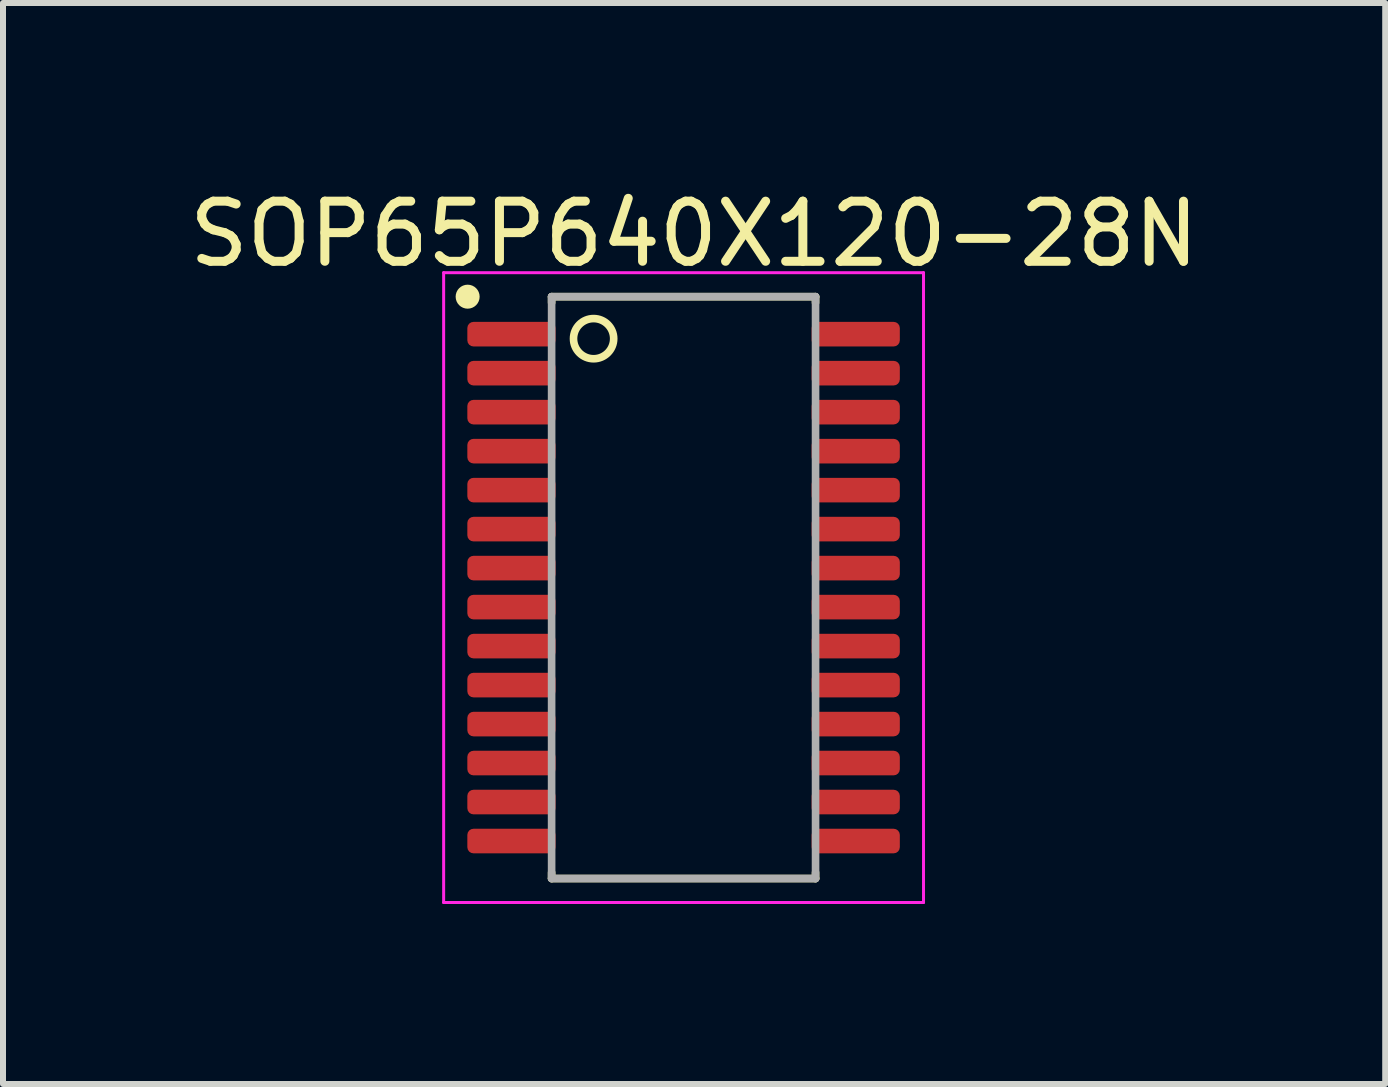
<source format=kicad_pcb>
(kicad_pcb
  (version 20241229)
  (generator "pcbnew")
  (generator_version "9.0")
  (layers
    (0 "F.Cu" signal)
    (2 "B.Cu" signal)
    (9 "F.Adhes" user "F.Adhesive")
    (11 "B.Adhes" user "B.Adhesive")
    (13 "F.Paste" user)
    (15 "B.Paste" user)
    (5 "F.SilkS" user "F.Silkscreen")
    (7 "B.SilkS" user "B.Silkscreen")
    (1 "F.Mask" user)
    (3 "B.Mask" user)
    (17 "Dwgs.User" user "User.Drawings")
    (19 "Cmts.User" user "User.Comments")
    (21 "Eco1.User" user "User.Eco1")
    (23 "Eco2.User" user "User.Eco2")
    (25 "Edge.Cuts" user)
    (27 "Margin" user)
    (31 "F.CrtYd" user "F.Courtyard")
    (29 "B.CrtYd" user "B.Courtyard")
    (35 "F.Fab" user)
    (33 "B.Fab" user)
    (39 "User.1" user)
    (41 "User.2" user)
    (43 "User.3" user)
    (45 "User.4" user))
  (footprint "SOP65P640X120-28N"
    (layer "F.Cu")
    (at 8.346 6.746)
    (property "Reference" "SOP65P640X120-28N" (at 0.175 -5.896 0) (layer "F.SilkS") (effects (font (size 1.002 1.002) (thickness 0.15))))
    (attr smd)
    (fp_line (start -2.2 -4.85) (end 2.2 -4.85) (stroke (width 0.127) (type solid)) (layer "F.SilkS"))
    (fp_line (start -2.2 -4.75) (end -2.2 -4.85) (stroke (width 0.127) (type solid)) (layer "F.SilkS"))
    (fp_line (start -2.2 4.75) (end -2.2 4.85) (stroke (width 0.127) (type solid)) (layer "F.SilkS"))
    (fp_line (start -2.2 4.85) (end 2.2 4.85) (stroke (width 0.127) (type solid)) (layer "F.SilkS"))
    (fp_line (start 2.2 -4.85) (end 2.2 -4.75) (stroke (width 0.127) (type solid)) (layer "F.SilkS"))
    (fp_line (start 2.2 4.85) (end 2.2 4.75) (stroke (width 0.127) (type solid)) (layer "F.SilkS"))
    (fp_circle (center -3.6 -4.85) (end -3.5 -4.85) (stroke (width 0.2) (type solid)) (fill no) (layer "F.SilkS"))
    (fp_circle (center -1.5 -4.15) (end -1.165 -4.15) (stroke (width 0.127) (type solid)) (fill no) (layer "F.SilkS"))
    (fp_line (start -4 -5.25) (end 4 -5.25) (stroke (width 0.05) (type solid)) (layer "F.CrtYd"))
    (fp_line (start -4 5.25) (end -4 -5.25) (stroke (width 0.05) (type solid)) (layer "F.CrtYd"))
    (fp_line (start 4 -5.25) (end 4 5.25) (stroke (width 0.05) (type solid)) (layer "F.CrtYd"))
    (fp_line (start 4 5.25) (end -4 5.25) (stroke (width 0.05) (type solid)) (layer "F.CrtYd"))
    (fp_line (start -2.2 -4.85) (end 2.2 -4.85) (stroke (width 0.127) (type solid)) (layer "F.Fab"))
    (fp_line (start -2.2 4.85) (end -2.2 -4.85) (stroke (width 0.127) (type solid)) (layer "F.Fab"))
    (fp_line (start 2.2 -4.85) (end 2.2 4.85) (stroke (width 0.127) (type solid)) (layer "F.Fab"))
    (fp_line (start 2.2 4.85) (end -2.2 4.85) (stroke (width 0.127) (type solid)) (layer "F.Fab"))
    (pad "1" smd roundrect (at -2.87 -4.225) (size 1.47 0.41) (layers "F.Cu" "F.Mask" "F.Paste") (roundrect_rratio 0.25))
    (pad "2" smd roundrect (at -2.87 -3.575) (size 1.47 0.41) (layers "F.Cu" "F.Mask" "F.Paste") (roundrect_rratio 0.25))
    (pad "3" smd roundrect (at -2.87 -2.925) (size 1.47 0.41) (layers "F.Cu" "F.Mask" "F.Paste") (roundrect_rratio 0.25))
    (pad "4" smd roundrect (at -2.87 -2.275) (size 1.47 0.41) (layers "F.Cu" "F.Mask" "F.Paste") (roundrect_rratio 0.25))
    (pad "5" smd roundrect (at -2.87 -1.625) (size 1.47 0.41) (layers "F.Cu" "F.Mask" "F.Paste") (roundrect_rratio 0.25))
    (pad "6" smd roundrect (at -2.87 -0.975) (size 1.47 0.41) (layers "F.Cu" "F.Mask" "F.Paste") (roundrect_rratio 0.25))
    (pad "7" smd roundrect (at -2.87 -0.325) (size 1.47 0.41) (layers "F.Cu" "F.Mask" "F.Paste") (roundrect_rratio 0.25))
    (pad "8" smd roundrect (at -2.87 0.325) (size 1.47 0.41) (layers "F.Cu" "F.Mask" "F.Paste") (roundrect_rratio 0.25))
    (pad "9" smd roundrect (at -2.87 0.975) (size 1.47 0.41) (layers "F.Cu" "F.Mask" "F.Paste") (roundrect_rratio 0.25))
    (pad "10" smd roundrect (at -2.87 1.625) (size 1.47 0.41) (layers "F.Cu" "F.Mask" "F.Paste") (roundrect_rratio 0.25))
    (pad "11" smd roundrect (at -2.87 2.275) (size 1.47 0.41) (layers "F.Cu" "F.Mask" "F.Paste") (roundrect_rratio 0.25))
    (pad "12" smd roundrect (at -2.87 2.925) (size 1.47 0.41) (layers "F.Cu" "F.Mask" "F.Paste") (roundrect_rratio 0.25))
    (pad "13" smd roundrect (at -2.87 3.575) (size 1.47 0.41) (layers "F.Cu" "F.Mask" "F.Paste") (roundrect_rratio 0.25))
    (pad "14" smd roundrect (at -2.87 4.225) (size 1.47 0.41) (layers "F.Cu" "F.Mask" "F.Paste") (roundrect_rratio 0.25))
    (pad "15" smd roundrect (at 2.87 4.225) (size 1.47 0.41) (layers "F.Cu" "F.Mask" "F.Paste") (roundrect_rratio 0.25))
    (pad "16" smd roundrect (at 2.87 3.575) (size 1.47 0.41) (layers "F.Cu" "F.Mask" "F.Paste") (roundrect_rratio 0.25))
    (pad "17" smd roundrect (at 2.87 2.925) (size 1.47 0.41) (layers "F.Cu" "F.Mask" "F.Paste") (roundrect_rratio 0.25))
    (pad "18" smd roundrect (at 2.87 2.275) (size 1.47 0.41) (layers "F.Cu" "F.Mask" "F.Paste") (roundrect_rratio 0.25))
    (pad "19" smd roundrect (at 2.87 1.625) (size 1.47 0.41) (layers "F.Cu" "F.Mask" "F.Paste") (roundrect_rratio 0.25))
    (pad "20" smd roundrect (at 2.87 0.975) (size 1.47 0.41) (layers "F.Cu" "F.Mask" "F.Paste") (roundrect_rratio 0.25))
    (pad "21" smd roundrect (at 2.87 0.325) (size 1.47 0.41) (layers "F.Cu" "F.Mask" "F.Paste") (roundrect_rratio 0.25))
    (pad "22" smd roundrect (at 2.87 -0.325) (size 1.47 0.41) (layers "F.Cu" "F.Mask" "F.Paste") (roundrect_rratio 0.25))
    (pad "23" smd roundrect (at 2.87 -0.975) (size 1.47 0.41) (layers "F.Cu" "F.Mask" "F.Paste") (roundrect_rratio 0.25))
    (pad "24" smd roundrect (at 2.87 -1.625) (size 1.47 0.41) (layers "F.Cu" "F.Mask" "F.Paste") (roundrect_rratio 0.25))
    (pad "25" smd roundrect (at 2.87 -2.275) (size 1.47 0.41) (layers "F.Cu" "F.Mask" "F.Paste") (roundrect_rratio 0.25))
    (pad "26" smd roundrect (at 2.87 -2.925) (size 1.47 0.41) (layers "F.Cu" "F.Mask" "F.Paste") (roundrect_rratio 0.25))
    (pad "27" smd roundrect (at 2.87 -3.575) (size 1.47 0.41) (layers "F.Cu" "F.Mask" "F.Paste") (roundrect_rratio 0.25))
    (pad "28" smd roundrect (at 2.87 -4.225) (size 1.47 0.41) (layers "F.Cu" "F.Mask" "F.Paste") (roundrect_rratio 0.25)))
  (gr_rect
    (start -3 -3)
    (end 20.043 15.021)
    (stroke (width 0.1) (type default))
    (fill no)
    (layer "Edge.Cuts")))
</source>
